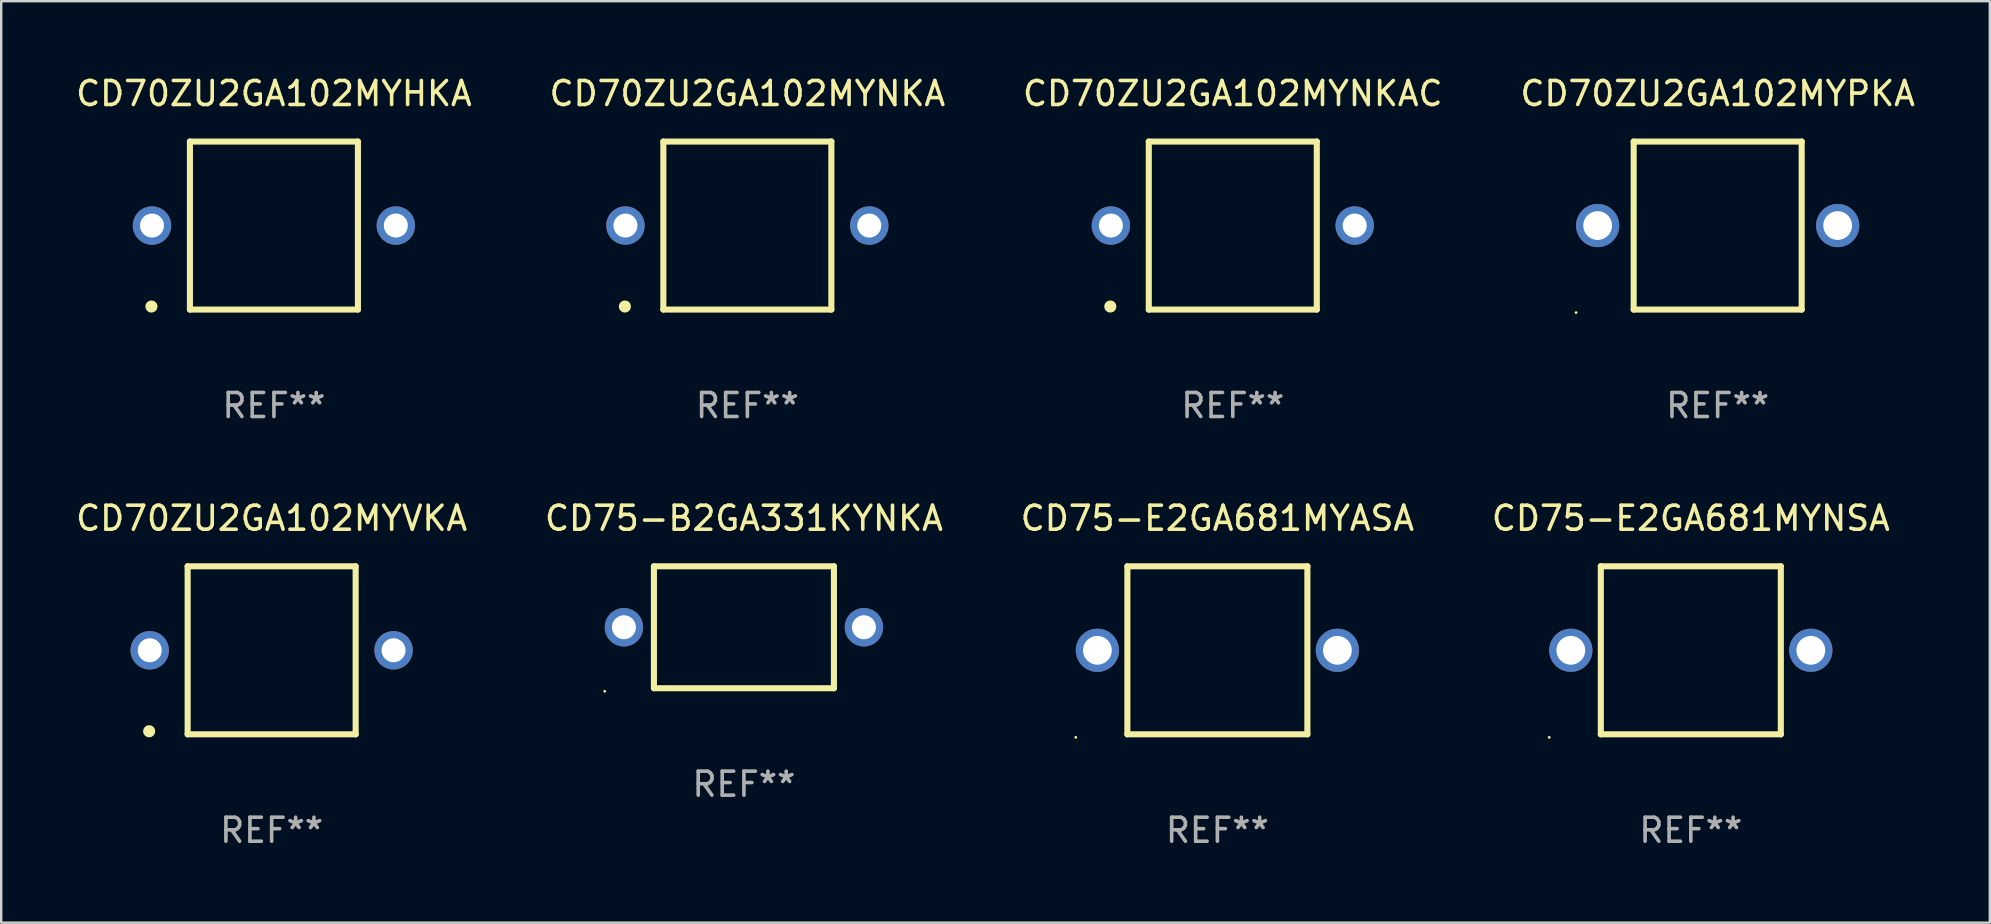
<source format=kicad_pcb>
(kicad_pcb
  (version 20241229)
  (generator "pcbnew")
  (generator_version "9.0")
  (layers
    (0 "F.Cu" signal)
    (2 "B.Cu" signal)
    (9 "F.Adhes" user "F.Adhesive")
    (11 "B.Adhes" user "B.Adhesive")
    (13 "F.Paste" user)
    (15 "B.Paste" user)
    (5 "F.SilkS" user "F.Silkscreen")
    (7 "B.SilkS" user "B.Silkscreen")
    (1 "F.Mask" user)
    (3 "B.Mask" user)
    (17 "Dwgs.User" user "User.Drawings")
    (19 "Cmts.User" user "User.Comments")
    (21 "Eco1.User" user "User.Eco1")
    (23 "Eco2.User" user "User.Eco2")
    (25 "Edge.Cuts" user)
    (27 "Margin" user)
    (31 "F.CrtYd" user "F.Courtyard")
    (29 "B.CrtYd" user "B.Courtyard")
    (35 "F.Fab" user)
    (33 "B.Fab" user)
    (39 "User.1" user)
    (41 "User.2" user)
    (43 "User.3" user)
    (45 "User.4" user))
  (footprint "CD70ZU2GA102MYHKA"
    (layer "F.Cu")
    (at 8.363 6.348)
    (property "Reference" "CD70ZU2GA102MYHKA" (at 0 -5.5 0) (layer "F.SilkS") (effects (font (size 1 1) (thickness 0.15))))
    (attr through_hole)
    (fp_line (start -3.5 -3.5) (end -3.5 3.5) (stroke (width 0.254) (type solid)) (layer "F.SilkS"))
    (fp_line (start -3.5 -3.5) (end 3.5 -3.5) (stroke (width 0.254) (type solid)) (layer "F.SilkS"))
    (fp_line (start 3.5 3.5) (end -3.5 3.5) (stroke (width 0.254) (type solid)) (layer "F.SilkS"))
    (fp_line (start 3.5 3.5) (end 3.5 -3.5) (stroke (width 0.254) (type solid)) (layer "F.SilkS"))
    (fp_circle (center -5.103 3.373) (end -4.976 3.373) (stroke (width 0.254) (type solid)) (fill no) (layer "F.SilkS"))
    (fp_text user "REF**" (at 0 7.5 0) (layer "F.Fab") (effects (font (size 1 1) (thickness 0.15))))
    (pad "1" thru_hole circle (at -5.08 -0.000254) (size 1.6 1.6) (drill 1) (layers "*.Cu" "*.Mask"))
    (pad "2" thru_hole circle (at 5.08 -0.000254) (size 1.6 1.6) (drill 1) (layers "*.Cu" "*.Mask")))
  (footprint "CD75-E2GA681MYASA"
    (layer "F.Cu")
    (at 47.673 24.045)
    (property "Reference" "CD75-E2GA681MYASA" (at 0 -5.5 0) (layer "F.SilkS") (effects (font (size 1 1) (thickness 0.15))))
    (attr through_hole)
    (fp_line (start -3.75 -3.5) (end 3.75 -3.5) (stroke (width 0.254) (type solid)) (layer "F.SilkS"))
    (fp_line (start -3.75 3.5) (end -3.75 -3.5) (stroke (width 0.254) (type solid)) (layer "F.SilkS"))
    (fp_line (start 3.75 -3.5) (end 3.75 3.5) (stroke (width 0.254) (type solid)) (layer "F.SilkS"))
    (fp_line (start 3.75 3.5) (end -3.75 3.5) (stroke (width 0.254) (type solid)) (layer "F.SilkS"))
    (fp_circle (center -5.9 3.627) (end -5.87 3.627) (stroke (width 0.06) (type solid)) (fill no) (layer "F.SilkS"))
    (fp_text user "REF**" (at 0 7.5 0) (layer "F.Fab") (effects (font (size 1 1) (thickness 0.15))))
    (pad "1" thru_hole circle (at -5 0) (size 1.8 1.8) (drill 1.2) (layers "*.Cu" "*.Mask"))
    (pad "2" thru_hole circle (at 5 0) (size 1.8 1.8) (drill 1.2) (layers "*.Cu" "*.Mask")))
  (footprint "CD70ZU2GA102MYVKA"
    (layer "F.Cu")
    (at 8.268 24.045)
    (property "Reference" "CD70ZU2GA102MYVKA" (at 0 -5.5 0) (layer "F.SilkS") (effects (font (size 1 1) (thickness 0.15))))
    (attr through_hole)
    (fp_line (start -3.5 -3.5) (end -3.5 3.5) (stroke (width 0.254) (type solid)) (layer "F.SilkS"))
    (fp_line (start -3.5 -3.5) (end 3.5 -3.5) (stroke (width 0.254) (type solid)) (layer "F.SilkS"))
    (fp_line (start 3.5 3.5) (end -3.5 3.5) (stroke (width 0.254) (type solid)) (layer "F.SilkS"))
    (fp_line (start 3.5 3.5) (end 3.5 -3.5) (stroke (width 0.254) (type solid)) (layer "F.SilkS"))
    (fp_circle (center -5.103 3.373) (end -4.976 3.373) (stroke (width 0.254) (type solid)) (fill no) (layer "F.SilkS"))
    (fp_text user "REF**" (at 0 7.5 0) (layer "F.Fab") (effects (font (size 1 1) (thickness 0.15))))
    (pad "1" thru_hole circle (at -5.08 -0.000254) (size 1.6 1.6) (drill 1) (layers "*.Cu" "*.Mask"))
    (pad "2" thru_hole circle (at 5.08 -0.000254) (size 1.6 1.6) (drill 1) (layers "*.Cu" "*.Mask")))
  (footprint "CD75-E2GA681MYNSA"
    (layer "F.Cu")
    (at 67.399 24.045)
    (property "Reference" "CD75-E2GA681MYNSA" (at 0 -5.5 0) (layer "F.SilkS") (effects (font (size 1 1) (thickness 0.15))))
    (attr through_hole)
    (fp_line (start -3.75 -3.5) (end 3.75 -3.5) (stroke (width 0.254) (type solid)) (layer "F.SilkS"))
    (fp_line (start -3.75 3.5) (end -3.75 -3.5) (stroke (width 0.254) (type solid)) (layer "F.SilkS"))
    (fp_line (start 3.75 -3.5) (end 3.75 3.5) (stroke (width 0.254) (type solid)) (layer "F.SilkS"))
    (fp_line (start 3.75 3.5) (end -3.75 3.5) (stroke (width 0.254) (type solid)) (layer "F.SilkS"))
    (fp_circle (center -5.9 3.627) (end -5.87 3.627) (stroke (width 0.06) (type solid)) (fill no) (layer "F.SilkS"))
    (fp_text user "REF**" (at 0 7.5 0) (layer "F.Fab") (effects (font (size 1 1) (thickness 0.15))))
    (pad "1" thru_hole circle (at -5 0) (size 1.8 1.8) (drill 1.2) (layers "*.Cu" "*.Mask"))
    (pad "2" thru_hole circle (at 5 0) (size 1.8 1.8) (drill 1.2) (layers "*.Cu" "*.Mask")))
  (footprint "CD75-B2GA331KYNKA"
    (layer "F.Cu")
    (at 27.946 23.085)
    (property "Reference" "CD75-B2GA331KYNKA" (at 0 -4.54 0) (layer "F.SilkS") (effects (font (size 1 1) (thickness 0.15))))
    (attr through_hole)
    (fp_line (start -3.75 -2.54) (end 3.75 -2.54) (stroke (width 0.254) (type solid)) (layer "F.SilkS"))
    (fp_line (start -3.75 2.54) (end -3.75 -2.54) (stroke (width 0.254) (type solid)) (layer "F.SilkS"))
    (fp_line (start 3.75 -2.54) (end 3.75 2.54) (stroke (width 0.254) (type solid)) (layer "F.SilkS"))
    (fp_line (start 3.75 2.54) (end -3.75 2.54) (stroke (width 0.254) (type solid)) (layer "F.SilkS"))
    (fp_circle (center -5.8 2.667) (end -5.77 2.667) (stroke (width 0.06) (type solid)) (fill no) (layer "F.SilkS"))
    (fp_text user "REF**" (at 0 6.54 0) (layer "F.Fab") (effects (font (size 1 1) (thickness 0.15))))
    (pad "1" thru_hole circle (at -5 0) (size 1.6 1.6) (drill 1) (layers "*.Cu" "*.Mask"))
    (pad "2" thru_hole circle (at 5 0) (size 1.6 1.6) (drill 1) (layers "*.Cu" "*.Mask")))
  (footprint "CD70ZU2GA102MYNKA"
    (layer "F.Cu")
    (at 28.089 6.348)
    (property "Reference" "CD70ZU2GA102MYNKA" (at 0 -5.5 0) (layer "F.SilkS") (effects (font (size 1 1) (thickness 0.15))))
    (attr through_hole)
    (fp_line (start -3.5 -3.5) (end -3.5 3.5) (stroke (width 0.254) (type solid)) (layer "F.SilkS"))
    (fp_line (start -3.5 -3.5) (end 3.5 -3.5) (stroke (width 0.254) (type solid)) (layer "F.SilkS"))
    (fp_line (start 3.5 3.5) (end -3.5 3.5) (stroke (width 0.254) (type solid)) (layer "F.SilkS"))
    (fp_line (start 3.5 3.5) (end 3.5 -3.5) (stroke (width 0.254) (type solid)) (layer "F.SilkS"))
    (fp_circle (center -5.103 3.373) (end -4.976 3.373) (stroke (width 0.254) (type solid)) (fill no) (layer "F.SilkS"))
    (fp_text user "REF**" (at 0 7.5 0) (layer "F.Fab") (effects (font (size 1 1) (thickness 0.15))))
    (pad "1" thru_hole circle (at -5.08 -0.000254) (size 1.6 1.6) (drill 1) (layers "*.Cu" "*.Mask"))
    (pad "2" thru_hole circle (at 5.08 -0.000254) (size 1.6 1.6) (drill 1) (layers "*.Cu" "*.Mask")))
  (footprint "CD70ZU2GA102MYPKA"
    (layer "F.Cu")
    (at 68.518 6.348)
    (property "Reference" "CD70ZU2GA102MYPKA" (at 0 -5.5 0) (layer "F.SilkS") (effects (font (size 1 1) (thickness 0.15))))
    (attr through_hole)
    (fp_line (start -3.5 -3.5) (end 3.5 -3.5) (stroke (width 0.254) (type solid)) (layer "F.SilkS"))
    (fp_line (start -3.5 3.5) (end -3.5 -3.5) (stroke (width 0.254) (type solid)) (layer "F.SilkS"))
    (fp_line (start 3.5 -3.5) (end 3.5 3.5) (stroke (width 0.254) (type solid)) (layer "F.SilkS"))
    (fp_line (start 3.5 3.5) (end -3.5 3.5) (stroke (width 0.254) (type solid)) (layer "F.SilkS"))
    (fp_circle (center -5.9 3.627) (end -5.87 3.627) (stroke (width 0.06) (type solid)) (fill no) (layer "F.SilkS"))
    (fp_text user "REF**" (at 0 7.5 0) (layer "F.Fab") (effects (font (size 1 1) (thickness 0.15))))
    (pad "1" thru_hole circle (at -5 0) (size 1.8 1.8) (drill 1.2) (layers "*.Cu" "*.Mask"))
    (pad "2" thru_hole circle (at 5 0) (size 1.8 1.8) (drill 1.2) (layers "*.Cu" "*.Mask")))
  (footprint "CD70ZU2GA102MYNKAC"
    (layer "F.Cu")
    (at 48.315 6.348)
    (property "Reference" "CD70ZU2GA102MYNKAC" (at 0 -5.5 0) (layer "F.SilkS") (effects (font (size 1 1) (thickness 0.15))))
    (attr through_hole)
    (fp_line (start -3.5 -3.5) (end -3.5 3.5) (stroke (width 0.254) (type solid)) (layer "F.SilkS"))
    (fp_line (start -3.5 -3.5) (end 3.5 -3.5) (stroke (width 0.254) (type solid)) (layer "F.SilkS"))
    (fp_line (start 3.5 3.5) (end -3.5 3.5) (stroke (width 0.254) (type solid)) (layer "F.SilkS"))
    (fp_line (start 3.5 3.5) (end 3.5 -3.5) (stroke (width 0.254) (type solid)) (layer "F.SilkS"))
    (fp_circle (center -5.103 3.373) (end -4.976 3.373) (stroke (width 0.254) (type solid)) (fill no) (layer "F.SilkS"))
    (fp_text user "REF**" (at 0 7.5 0) (layer "F.Fab") (effects (font (size 1 1) (thickness 0.15))))
    (pad "1" thru_hole circle (at -5.08 -0.000254) (size 1.6 1.6) (drill 1) (layers "*.Cu" "*.Mask"))
    (pad "2" thru_hole circle (at 5.08 -0.000254) (size 1.6 1.6) (drill 1) (layers "*.Cu" "*.Mask")))
  (gr_rect
    (start -3 -3)
    (end 79.857 35.394)
    (stroke (width 0.1) (type default))
    (fill no)
    (layer "Edge.Cuts")))
</source>
